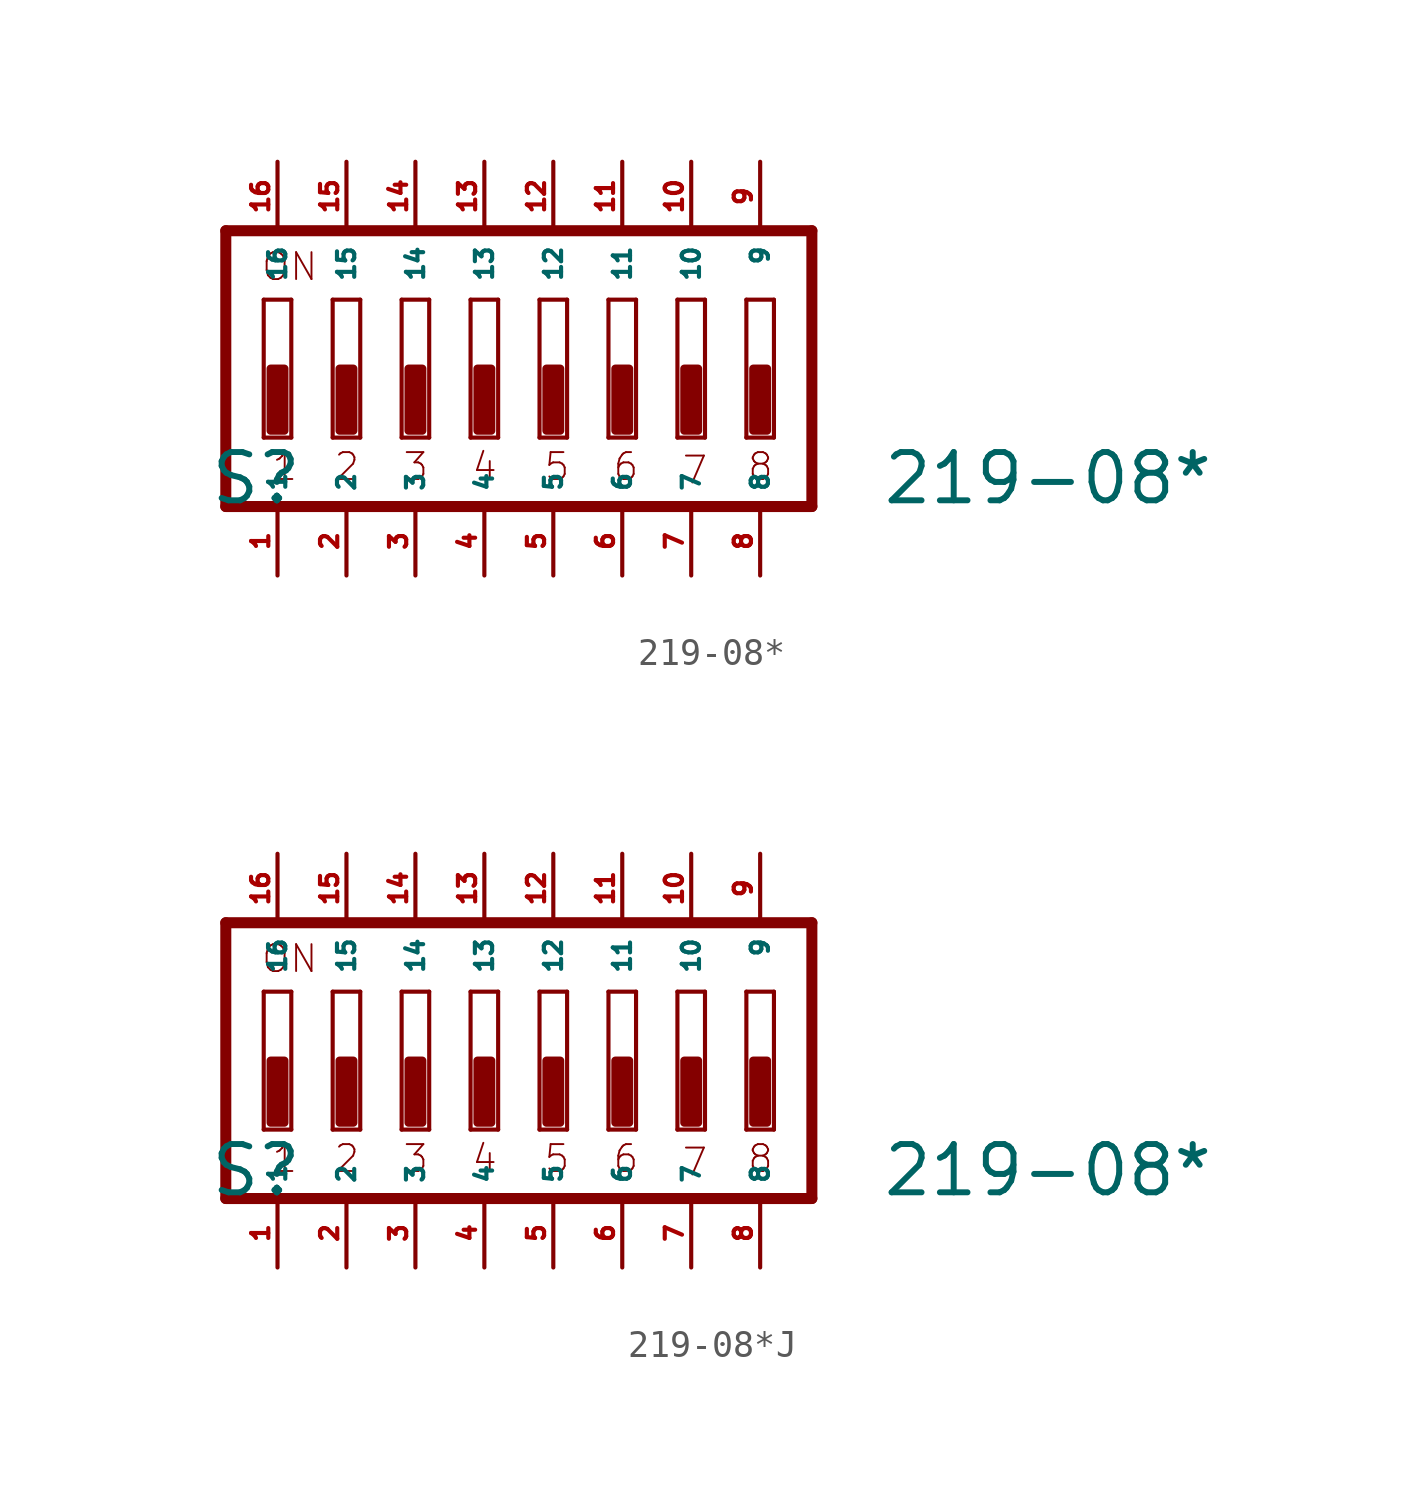
<source format=kicad_sym>
(kicad_symbol_lib
  (version 20220914)
  (generator Eagle2Kicad)
  (symbol "219-08*"
    (property "Reference" "S"
      (at -12.7 -5.08 0)
      (effects (font (size 1.778 1.778) (thickness 0.22)) (justify left bottom)))
    (property "Value" "219-08*"
      (at 12.065 -5.08 0)
      (effects (font (size 1.778 1.778) (thickness 0.22)) (justify left bottom)))
    (polyline
      (pts (xy 8.128 -2.54) (xy 7.112 -2.54))
      (stroke (width 0.152) (type default))
      (fill (type none)))
    (polyline
      (pts (xy 7.112 2.54) (xy 8.128 2.54))
      (stroke (width 0.152) (type default))
      (fill (type none)))
    (polyline
      (pts (xy 8.128 2.54) (xy 8.128 -2.54))
      (stroke (width 0.152) (type default))
      (fill (type none)))
    (polyline
      (pts (xy 7.112 -2.54) (xy 7.112 2.54))
      (stroke (width 0.152) (type default))
      (fill (type none)))
    (polyline
      (pts (xy 5.588 -2.54) (xy 4.572 -2.54))
      (stroke (width 0.152) (type default))
      (fill (type none)))
    (polyline
      (pts (xy 4.572 2.54) (xy 5.588 2.54))
      (stroke (width 0.152) (type default))
      (fill (type none)))
    (polyline
      (pts (xy 5.588 2.54) (xy 5.588 -2.54))
      (stroke (width 0.152) (type default))
      (fill (type none)))
    (polyline
      (pts (xy 4.572 -2.54) (xy 4.572 2.54))
      (stroke (width 0.152) (type default))
      (fill (type none)))
    (polyline
      (pts (xy 3.048 -2.54) (xy 2.032 -2.54))
      (stroke (width 0.152) (type default))
      (fill (type none)))
    (polyline
      (pts (xy 2.032 2.54) (xy 3.048 2.54))
      (stroke (width 0.152) (type default))
      (fill (type none)))
    (polyline
      (pts (xy 3.048 2.54) (xy 3.048 -2.54))
      (stroke (width 0.152) (type default))
      (fill (type none)))
    (polyline
      (pts (xy 2.032 -2.54) (xy 2.032 2.54))
      (stroke (width 0.152) (type default))
      (fill (type none)))
    (polyline
      (pts (xy 0.508 -2.54) (xy -0.508 -2.54))
      (stroke (width 0.152) (type default))
      (fill (type none)))
    (polyline
      (pts (xy -0.508 2.54) (xy 0.508 2.54))
      (stroke (width 0.152) (type default))
      (fill (type none)))
    (polyline
      (pts (xy 0.508 2.54) (xy 0.508 -2.54))
      (stroke (width 0.152) (type default))
      (fill (type none)))
    (polyline
      (pts (xy -0.508 -2.54) (xy -0.508 2.54))
      (stroke (width 0.152) (type default))
      (fill (type none)))
    (polyline
      (pts (xy -2.032 -2.54) (xy -3.048 -2.54))
      (stroke (width 0.152) (type default))
      (fill (type none)))
    (polyline
      (pts (xy -3.048 2.54) (xy -2.032 2.54))
      (stroke (width 0.152) (type default))
      (fill (type none)))
    (polyline
      (pts (xy -2.032 2.54) (xy -2.032 -2.54))
      (stroke (width 0.152) (type default))
      (fill (type none)))
    (polyline
      (pts (xy -3.048 -2.54) (xy -3.048 2.54))
      (stroke (width 0.152) (type default))
      (fill (type none)))
    (polyline
      (pts (xy -4.572 -2.54) (xy -5.588 -2.54))
      (stroke (width 0.152) (type default))
      (fill (type none)))
    (polyline
      (pts (xy -5.588 2.54) (xy -4.572 2.54))
      (stroke (width 0.152) (type default))
      (fill (type none)))
    (polyline
      (pts (xy -4.572 2.54) (xy -4.572 -2.54))
      (stroke (width 0.152) (type default))
      (fill (type none)))
    (polyline
      (pts (xy -5.588 -2.54) (xy -5.588 2.54))
      (stroke (width 0.152) (type default))
      (fill (type none)))
    (polyline
      (pts (xy -7.112 -2.54) (xy -8.128 -2.54))
      (stroke (width 0.152) (type default))
      (fill (type none)))
    (polyline
      (pts (xy -8.128 2.54) (xy -7.112 2.54))
      (stroke (width 0.152) (type default))
      (fill (type none)))
    (polyline
      (pts (xy -7.112 2.54) (xy -7.112 -2.54))
      (stroke (width 0.152) (type default))
      (fill (type none)))
    (polyline
      (pts (xy -8.128 -2.54) (xy -8.128 2.54))
      (stroke (width 0.152) (type default))
      (fill (type none)))
    (polyline
      (pts (xy -9.652 -2.54) (xy -10.668 -2.54))
      (stroke (width 0.152) (type default))
      (fill (type none)))
    (polyline
      (pts (xy -10.668 2.54) (xy -9.652 2.54))
      (stroke (width 0.152) (type default))
      (fill (type none)))
    (polyline
      (pts (xy -9.652 2.54) (xy -9.652 -2.54))
      (stroke (width 0.152) (type default))
      (fill (type none)))
    (polyline
      (pts (xy -10.668 -2.54) (xy -10.668 2.54))
      (stroke (width 0.152) (type default))
      (fill (type none)))
    (polyline
      (pts (xy 9.525 5.08) (xy -12.065 5.08))
      (stroke (width 0.406) (type default))
      (fill (type none)))
    (polyline
      (pts (xy -12.065 5.08) (xy -12.065 -5.08))
      (stroke (width 0.406) (type default))
      (fill (type none)))
    (polyline
      (pts (xy -12.065 -5.08) (xy 9.525 -5.08))
      (stroke (width 0.406) (type default))
      (fill (type none)))
    (polyline
      (pts (xy 9.525 -5.08) (xy 9.525 5.08))
      (stroke (width 0.406) (type default))
      (fill (type none)))
    (text "ON"
      (at -10.795 3.175 0)
      (effects (font (size 0.991 0.991) (thickness 0.07)) (justify left bottom)))
    (text "1"
      (at -10.414 -4.191 0)
      (effects (font (size 0.991 0.991) (thickness 0.07)) (justify left bottom)))
    (text "2"
      (at -8.128 -4.191 0)
      (effects (font (size 0.991 0.991) (thickness 0.07)) (justify left bottom)))
    (text "3"
      (at -5.588 -4.191 0)
      (effects (font (size 0.991 0.991) (thickness 0.07)) (justify left bottom)))
    (text "4"
      (at -3.048 -4.191 0)
      (effects (font (size 0.991 0.991) (thickness 0.07)) (justify left bottom)))
    (text "5"
      (at -0.381 -4.191 0)
      (effects (font (size 0.991 0.991) (thickness 0.07)) (justify left bottom)))
    (text "6"
      (at 2.159 -4.191 0)
      (effects (font (size 0.991 0.991) (thickness 0.07)) (justify left bottom)))
    (text "7"
      (at 4.699 -4.318 0)
      (effects (font (size 0.991 0.991) (thickness 0.07)) (justify left bottom)))
    (text "8"
      (at 7.112 -4.191 0)
      (effects (font (size 0.991 0.991) (thickness 0.07)) (justify left bottom)))
    (rectangle
      (start -10.414 -2.286)
      (end -9.906 0)
      (stroke (width 0.3) (type default))
      (fill (type outline)))
    (rectangle
      (start -7.874 -2.286)
      (end -7.366 0)
      (stroke (width 0.3) (type default))
      (fill (type outline)))
    (rectangle
      (start -5.334 -2.286)
      (end -4.826 0)
      (stroke (width 0.3) (type default))
      (fill (type outline)))
    (rectangle
      (start -2.794 -2.286)
      (end -2.286 0)
      (stroke (width 0.3) (type default))
      (fill (type outline)))
    (rectangle
      (start -0.254 -2.286)
      (end 0.254 0)
      (stroke (width 0.3) (type default))
      (fill (type outline)))
    (rectangle
      (start 2.286 -2.286)
      (end 2.794 0)
      (stroke (width 0.3) (type default))
      (fill (type outline)))
    (rectangle
      (start 4.826 -2.286)
      (end 5.334 0)
      (stroke (width 0.3) (type default))
      (fill (type outline)))
    (rectangle
      (start 7.366 -2.286)
      (end 7.874 0)
      (stroke (width 0.3) (type default))
      (fill (type outline)))
    (pin passive line
      (at 7.62 7.62 270)
      (length 2.54)
      (name "9" (effects (font (size 0.635 0.635) (thickness 0.08)) (justify left bottom)))
      (number "9" (effects (font (size 0.635 0.635) (thickness 0.08)) (justify left bottom))))
    (pin passive line
      (at 5.08 7.62 270)
      (length 2.54)
      (name "10" (effects (font (size 0.635 0.635) (thickness 0.08)) (justify left bottom)))
      (number "10" (effects (font (size 0.635 0.635) (thickness 0.08)) (justify left bottom))))
    (pin passive line
      (at 2.54 7.62 270)
      (length 2.54)
      (name "11" (effects (font (size 0.635 0.635) (thickness 0.08)) (justify left bottom)))
      (number "11" (effects (font (size 0.635 0.635) (thickness 0.08)) (justify left bottom))))
    (pin passive line
      (at 0 7.62 270)
      (length 2.54)
      (name "12" (effects (font (size 0.635 0.635) (thickness 0.08)) (justify left bottom)))
      (number "12" (effects (font (size 0.635 0.635) (thickness 0.08)) (justify left bottom))))
    (pin passive line
      (at -2.54 7.62 270)
      (length 2.54)
      (name "13" (effects (font (size 0.635 0.635) (thickness 0.08)) (justify left bottom)))
      (number "13" (effects (font (size 0.635 0.635) (thickness 0.08)) (justify left bottom))))
    (pin passive line
      (at -5.08 7.62 270)
      (length 2.54)
      (name "14" (effects (font (size 0.635 0.635) (thickness 0.08)) (justify left bottom)))
      (number "14" (effects (font (size 0.635 0.635) (thickness 0.08)) (justify left bottom))))
    (pin passive line
      (at -7.62 7.62 270)
      (length 2.54)
      (name "15" (effects (font (size 0.635 0.635) (thickness 0.08)) (justify left bottom)))
      (number "15" (effects (font (size 0.635 0.635) (thickness 0.08)) (justify left bottom))))
    (pin passive line
      (at -10.16 7.62 270)
      (length 2.54)
      (name "16" (effects (font (size 0.635 0.635) (thickness 0.08)) (justify left bottom)))
      (number "16" (effects (font (size 0.635 0.635) (thickness 0.08)) (justify left bottom))))
    (pin passive line
      (at -10.16 -7.62 90)
      (length 2.54)
      (name "1" (effects (font (size 0.635 0.635) (thickness 0.08)) (justify left bottom)))
      (number "1" (effects (font (size 0.635 0.635) (thickness 0.08)) (justify left bottom))))
    (pin passive line
      (at -7.62 -7.62 90)
      (length 2.54)
      (name "2" (effects (font (size 0.635 0.635) (thickness 0.08)) (justify left bottom)))
      (number "2" (effects (font (size 0.635 0.635) (thickness 0.08)) (justify left bottom))))
    (pin passive line
      (at -5.08 -7.62 90)
      (length 2.54)
      (name "3" (effects (font (size 0.635 0.635) (thickness 0.08)) (justify left bottom)))
      (number "3" (effects (font (size 0.635 0.635) (thickness 0.08)) (justify left bottom))))
    (pin passive line
      (at -2.54 -7.62 90)
      (length 2.54)
      (name "4" (effects (font (size 0.635 0.635) (thickness 0.08)) (justify left bottom)))
      (number "4" (effects (font (size 0.635 0.635) (thickness 0.08)) (justify left bottom))))
    (pin passive line
      (at 0 -7.62 90)
      (length 2.54)
      (name "5" (effects (font (size 0.635 0.635) (thickness 0.08)) (justify left bottom)))
      (number "5" (effects (font (size 0.635 0.635) (thickness 0.08)) (justify left bottom))))
    (pin passive line
      (at 2.54 -7.62 90)
      (length 2.54)
      (name "6" (effects (font (size 0.635 0.635) (thickness 0.08)) (justify left bottom)))
      (number "6" (effects (font (size 0.635 0.635) (thickness 0.08)) (justify left bottom))))
    (pin passive line
      (at 5.08 -7.62 90)
      (length 2.54)
      (name "7" (effects (font (size 0.635 0.635) (thickness 0.08)) (justify left bottom)))
      (number "7" (effects (font (size 0.635 0.635) (thickness 0.08)) (justify left bottom))))
    (pin passive line
      (at 7.62 -7.62 90)
      (length 2.54)
      (name "8" (effects (font (size 0.635 0.635) (thickness 0.08)) (justify left bottom)))
      (number "8" (effects (font (size 0.635 0.635) (thickness 0.08)) (justify left bottom)))))
  (symbol "219-08*J"
    (property "Reference" "S"
      (at -12.7 -5.08 0)
      (effects (font (size 1.778 1.778) (thickness 0.22)) (justify left bottom)))
    (property "Value" "219-08*"
      (at 12.065 -5.08 0)
      (effects (font (size 1.778 1.778) (thickness 0.22)) (justify left bottom)))
    (polyline
      (pts (xy 8.128 -2.54) (xy 7.112 -2.54))
      (stroke (width 0.152) (type default))
      (fill (type none)))
    (polyline
      (pts (xy 7.112 2.54) (xy 8.128 2.54))
      (stroke (width 0.152) (type default))
      (fill (type none)))
    (polyline
      (pts (xy 8.128 2.54) (xy 8.128 -2.54))
      (stroke (width 0.152) (type default))
      (fill (type none)))
    (polyline
      (pts (xy 7.112 -2.54) (xy 7.112 2.54))
      (stroke (width 0.152) (type default))
      (fill (type none)))
    (polyline
      (pts (xy 5.588 -2.54) (xy 4.572 -2.54))
      (stroke (width 0.152) (type default))
      (fill (type none)))
    (polyline
      (pts (xy 4.572 2.54) (xy 5.588 2.54))
      (stroke (width 0.152) (type default))
      (fill (type none)))
    (polyline
      (pts (xy 5.588 2.54) (xy 5.588 -2.54))
      (stroke (width 0.152) (type default))
      (fill (type none)))
    (polyline
      (pts (xy 4.572 -2.54) (xy 4.572 2.54))
      (stroke (width 0.152) (type default))
      (fill (type none)))
    (polyline
      (pts (xy 3.048 -2.54) (xy 2.032 -2.54))
      (stroke (width 0.152) (type default))
      (fill (type none)))
    (polyline
      (pts (xy 2.032 2.54) (xy 3.048 2.54))
      (stroke (width 0.152) (type default))
      (fill (type none)))
    (polyline
      (pts (xy 3.048 2.54) (xy 3.048 -2.54))
      (stroke (width 0.152) (type default))
      (fill (type none)))
    (polyline
      (pts (xy 2.032 -2.54) (xy 2.032 2.54))
      (stroke (width 0.152) (type default))
      (fill (type none)))
    (polyline
      (pts (xy 0.508 -2.54) (xy -0.508 -2.54))
      (stroke (width 0.152) (type default))
      (fill (type none)))
    (polyline
      (pts (xy -0.508 2.54) (xy 0.508 2.54))
      (stroke (width 0.152) (type default))
      (fill (type none)))
    (polyline
      (pts (xy 0.508 2.54) (xy 0.508 -2.54))
      (stroke (width 0.152) (type default))
      (fill (type none)))
    (polyline
      (pts (xy -0.508 -2.54) (xy -0.508 2.54))
      (stroke (width 0.152) (type default))
      (fill (type none)))
    (polyline
      (pts (xy -2.032 -2.54) (xy -3.048 -2.54))
      (stroke (width 0.152) (type default))
      (fill (type none)))
    (polyline
      (pts (xy -3.048 2.54) (xy -2.032 2.54))
      (stroke (width 0.152) (type default))
      (fill (type none)))
    (polyline
      (pts (xy -2.032 2.54) (xy -2.032 -2.54))
      (stroke (width 0.152) (type default))
      (fill (type none)))
    (polyline
      (pts (xy -3.048 -2.54) (xy -3.048 2.54))
      (stroke (width 0.152) (type default))
      (fill (type none)))
    (polyline
      (pts (xy -4.572 -2.54) (xy -5.588 -2.54))
      (stroke (width 0.152) (type default))
      (fill (type none)))
    (polyline
      (pts (xy -5.588 2.54) (xy -4.572 2.54))
      (stroke (width 0.152) (type default))
      (fill (type none)))
    (polyline
      (pts (xy -4.572 2.54) (xy -4.572 -2.54))
      (stroke (width 0.152) (type default))
      (fill (type none)))
    (polyline
      (pts (xy -5.588 -2.54) (xy -5.588 2.54))
      (stroke (width 0.152) (type default))
      (fill (type none)))
    (polyline
      (pts (xy -7.112 -2.54) (xy -8.128 -2.54))
      (stroke (width 0.152) (type default))
      (fill (type none)))
    (polyline
      (pts (xy -8.128 2.54) (xy -7.112 2.54))
      (stroke (width 0.152) (type default))
      (fill (type none)))
    (polyline
      (pts (xy -7.112 2.54) (xy -7.112 -2.54))
      (stroke (width 0.152) (type default))
      (fill (type none)))
    (polyline
      (pts (xy -8.128 -2.54) (xy -8.128 2.54))
      (stroke (width 0.152) (type default))
      (fill (type none)))
    (polyline
      (pts (xy -9.652 -2.54) (xy -10.668 -2.54))
      (stroke (width 0.152) (type default))
      (fill (type none)))
    (polyline
      (pts (xy -10.668 2.54) (xy -9.652 2.54))
      (stroke (width 0.152) (type default))
      (fill (type none)))
    (polyline
      (pts (xy -9.652 2.54) (xy -9.652 -2.54))
      (stroke (width 0.152) (type default))
      (fill (type none)))
    (polyline
      (pts (xy -10.668 -2.54) (xy -10.668 2.54))
      (stroke (width 0.152) (type default))
      (fill (type none)))
    (polyline
      (pts (xy 9.525 5.08) (xy -12.065 5.08))
      (stroke (width 0.406) (type default))
      (fill (type none)))
    (polyline
      (pts (xy -12.065 5.08) (xy -12.065 -5.08))
      (stroke (width 0.406) (type default))
      (fill (type none)))
    (polyline
      (pts (xy -12.065 -5.08) (xy 9.525 -5.08))
      (stroke (width 0.406) (type default))
      (fill (type none)))
    (polyline
      (pts (xy 9.525 -5.08) (xy 9.525 5.08))
      (stroke (width 0.406) (type default))
      (fill (type none)))
    (text "ON"
      (at -10.795 3.175 0)
      (effects (font (size 0.991 0.991) (thickness 0.07)) (justify left bottom)))
    (text "1"
      (at -10.414 -4.191 0)
      (effects (font (size 0.991 0.991) (thickness 0.07)) (justify left bottom)))
    (text "2"
      (at -8.128 -4.191 0)
      (effects (font (size 0.991 0.991) (thickness 0.07)) (justify left bottom)))
    (text "3"
      (at -5.588 -4.191 0)
      (effects (font (size 0.991 0.991) (thickness 0.07)) (justify left bottom)))
    (text "4"
      (at -3.048 -4.191 0)
      (effects (font (size 0.991 0.991) (thickness 0.07)) (justify left bottom)))
    (text "5"
      (at -0.381 -4.191 0)
      (effects (font (size 0.991 0.991) (thickness 0.07)) (justify left bottom)))
    (text "6"
      (at 2.159 -4.191 0)
      (effects (font (size 0.991 0.991) (thickness 0.07)) (justify left bottom)))
    (text "7"
      (at 4.699 -4.318 0)
      (effects (font (size 0.991 0.991) (thickness 0.07)) (justify left bottom)))
    (text "8"
      (at 7.112 -4.191 0)
      (effects (font (size 0.991 0.991) (thickness 0.07)) (justify left bottom)))
    (rectangle
      (start -10.414 -2.286)
      (end -9.906 0)
      (stroke (width 0.3) (type default))
      (fill (type outline)))
    (rectangle
      (start -7.874 -2.286)
      (end -7.366 0)
      (stroke (width 0.3) (type default))
      (fill (type outline)))
    (rectangle
      (start -5.334 -2.286)
      (end -4.826 0)
      (stroke (width 0.3) (type default))
      (fill (type outline)))
    (rectangle
      (start -2.794 -2.286)
      (end -2.286 0)
      (stroke (width 0.3) (type default))
      (fill (type outline)))
    (rectangle
      (start -0.254 -2.286)
      (end 0.254 0)
      (stroke (width 0.3) (type default))
      (fill (type outline)))
    (rectangle
      (start 2.286 -2.286)
      (end 2.794 0)
      (stroke (width 0.3) (type default))
      (fill (type outline)))
    (rectangle
      (start 4.826 -2.286)
      (end 5.334 0)
      (stroke (width 0.3) (type default))
      (fill (type outline)))
    (rectangle
      (start 7.366 -2.286)
      (end 7.874 0)
      (stroke (width 0.3) (type default))
      (fill (type outline)))
    (pin passive line
      (at 7.62 7.62 270)
      (length 2.54)
      (name "9" (effects (font (size 0.635 0.635) (thickness 0.08)) (justify left bottom)))
      (number "9" (effects (font (size 0.635 0.635) (thickness 0.08)) (justify left bottom))))
    (pin passive line
      (at 5.08 7.62 270)
      (length 2.54)
      (name "10" (effects (font (size 0.635 0.635) (thickness 0.08)) (justify left bottom)))
      (number "10" (effects (font (size 0.635 0.635) (thickness 0.08)) (justify left bottom))))
    (pin passive line
      (at 2.54 7.62 270)
      (length 2.54)
      (name "11" (effects (font (size 0.635 0.635) (thickness 0.08)) (justify left bottom)))
      (number "11" (effects (font (size 0.635 0.635) (thickness 0.08)) (justify left bottom))))
    (pin passive line
      (at 0 7.62 270)
      (length 2.54)
      (name "12" (effects (font (size 0.635 0.635) (thickness 0.08)) (justify left bottom)))
      (number "12" (effects (font (size 0.635 0.635) (thickness 0.08)) (justify left bottom))))
    (pin passive line
      (at -2.54 7.62 270)
      (length 2.54)
      (name "13" (effects (font (size 0.635 0.635) (thickness 0.08)) (justify left bottom)))
      (number "13" (effects (font (size 0.635 0.635) (thickness 0.08)) (justify left bottom))))
    (pin passive line
      (at -5.08 7.62 270)
      (length 2.54)
      (name "14" (effects (font (size 0.635 0.635) (thickness 0.08)) (justify left bottom)))
      (number "14" (effects (font (size 0.635 0.635) (thickness 0.08)) (justify left bottom))))
    (pin passive line
      (at -7.62 7.62 270)
      (length 2.54)
      (name "15" (effects (font (size 0.635 0.635) (thickness 0.08)) (justify left bottom)))
      (number "15" (effects (font (size 0.635 0.635) (thickness 0.08)) (justify left bottom))))
    (pin passive line
      (at -10.16 7.62 270)
      (length 2.54)
      (name "16" (effects (font (size 0.635 0.635) (thickness 0.08)) (justify left bottom)))
      (number "16" (effects (font (size 0.635 0.635) (thickness 0.08)) (justify left bottom))))
    (pin passive line
      (at -10.16 -7.62 90)
      (length 2.54)
      (name "1" (effects (font (size 0.635 0.635) (thickness 0.08)) (justify left bottom)))
      (number "1" (effects (font (size 0.635 0.635) (thickness 0.08)) (justify left bottom))))
    (pin passive line
      (at -7.62 -7.62 90)
      (length 2.54)
      (name "2" (effects (font (size 0.635 0.635) (thickness 0.08)) (justify left bottom)))
      (number "2" (effects (font (size 0.635 0.635) (thickness 0.08)) (justify left bottom))))
    (pin passive line
      (at -5.08 -7.62 90)
      (length 2.54)
      (name "3" (effects (font (size 0.635 0.635) (thickness 0.08)) (justify left bottom)))
      (number "3" (effects (font (size 0.635 0.635) (thickness 0.08)) (justify left bottom))))
    (pin passive line
      (at -2.54 -7.62 90)
      (length 2.54)
      (name "4" (effects (font (size 0.635 0.635) (thickness 0.08)) (justify left bottom)))
      (number "4" (effects (font (size 0.635 0.635) (thickness 0.08)) (justify left bottom))))
    (pin passive line
      (at 0 -7.62 90)
      (length 2.54)
      (name "5" (effects (font (size 0.635 0.635) (thickness 0.08)) (justify left bottom)))
      (number "5" (effects (font (size 0.635 0.635) (thickness 0.08)) (justify left bottom))))
    (pin passive line
      (at 2.54 -7.62 90)
      (length 2.54)
      (name "6" (effects (font (size 0.635 0.635) (thickness 0.08)) (justify left bottom)))
      (number "6" (effects (font (size 0.635 0.635) (thickness 0.08)) (justify left bottom))))
    (pin passive line
      (at 5.08 -7.62 90)
      (length 2.54)
      (name "7" (effects (font (size 0.635 0.635) (thickness 0.08)) (justify left bottom)))
      (number "7" (effects (font (size 0.635 0.635) (thickness 0.08)) (justify left bottom))))
    (pin passive line
      (at 7.62 -7.62 90)
      (length 2.54)
      (name "8" (effects (font (size 0.635 0.635) (thickness 0.08)) (justify left bottom)))
      (number "8" (effects (font (size 0.635 0.635) (thickness 0.08)) (justify left bottom))))))
</source>
